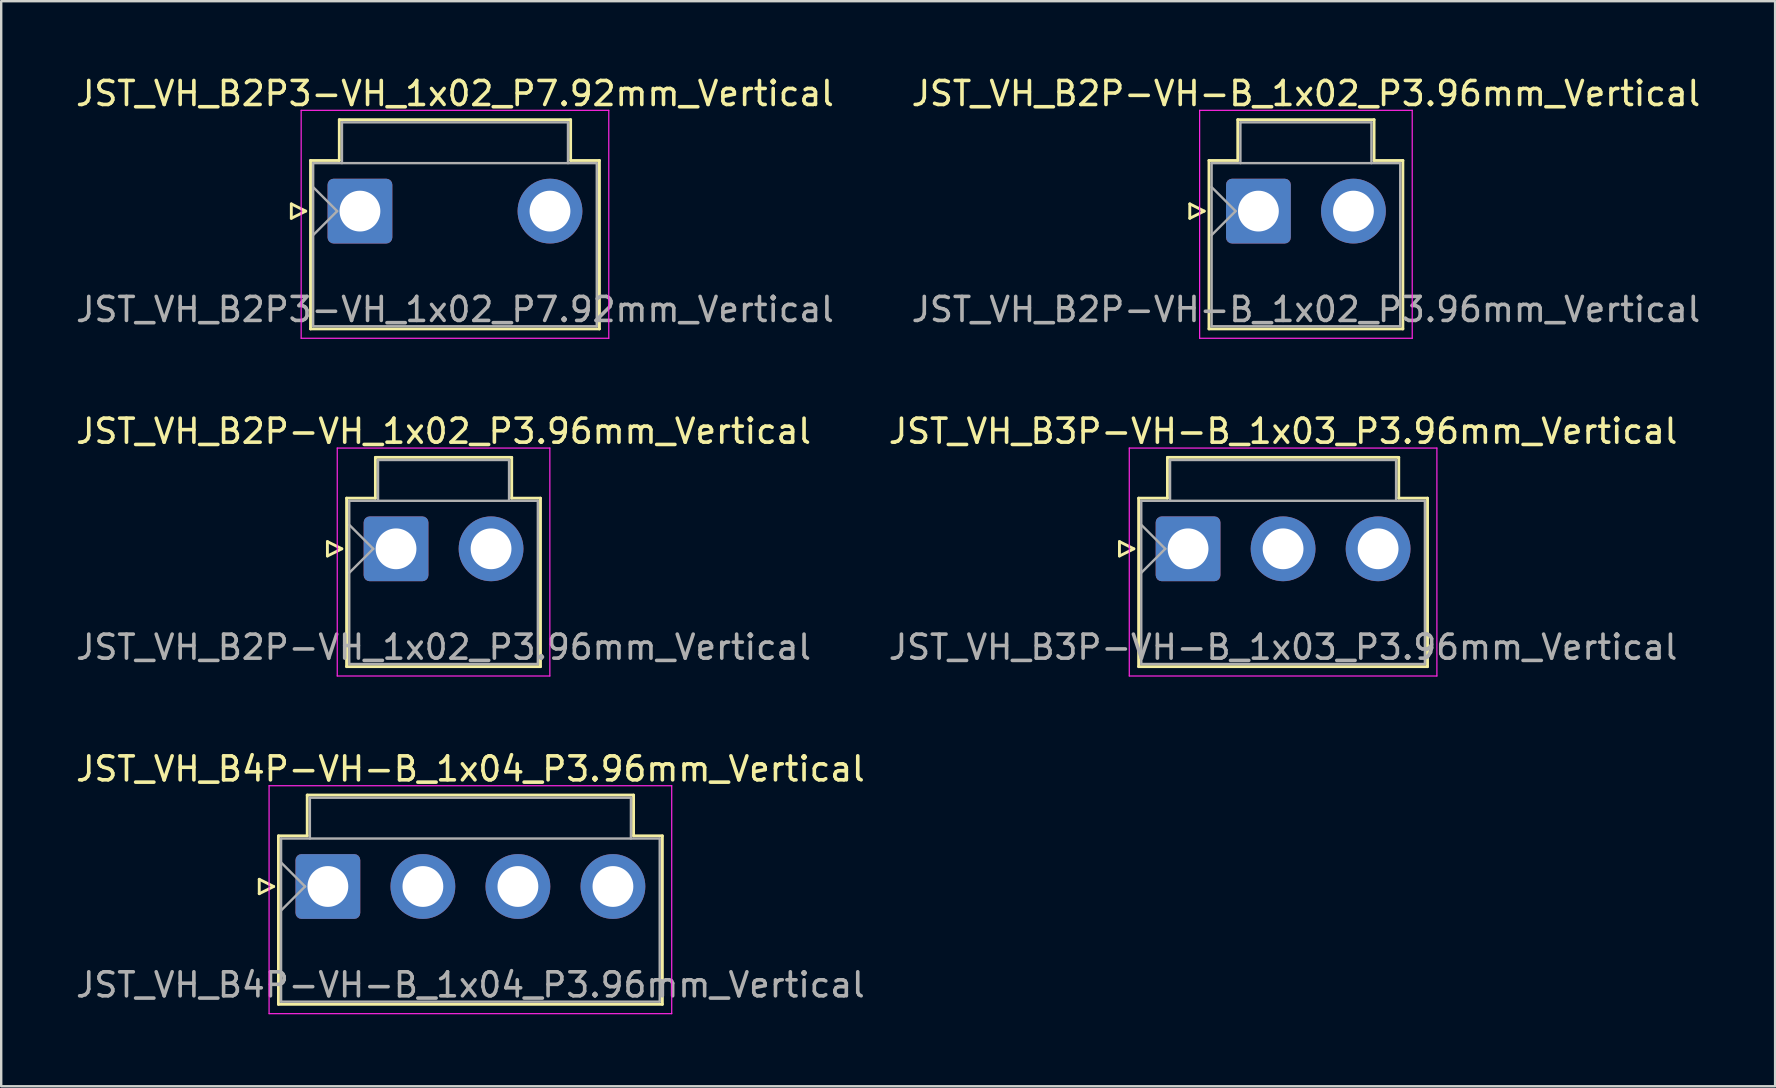
<source format=kicad_pcb>
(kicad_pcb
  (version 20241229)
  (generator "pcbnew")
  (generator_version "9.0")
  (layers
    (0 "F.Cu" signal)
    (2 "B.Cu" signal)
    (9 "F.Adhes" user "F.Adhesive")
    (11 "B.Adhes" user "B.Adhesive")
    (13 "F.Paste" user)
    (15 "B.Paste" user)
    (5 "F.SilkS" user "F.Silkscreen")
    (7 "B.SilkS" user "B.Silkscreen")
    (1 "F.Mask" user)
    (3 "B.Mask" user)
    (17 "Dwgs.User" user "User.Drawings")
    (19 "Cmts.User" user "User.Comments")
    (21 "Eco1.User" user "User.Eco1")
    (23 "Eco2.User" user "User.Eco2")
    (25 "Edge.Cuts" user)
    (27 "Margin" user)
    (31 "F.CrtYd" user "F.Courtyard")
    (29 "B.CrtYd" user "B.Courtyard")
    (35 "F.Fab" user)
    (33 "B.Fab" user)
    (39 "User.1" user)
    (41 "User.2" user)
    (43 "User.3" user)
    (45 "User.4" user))
  (footprint "JST_VH_B2P-VH-B_1x02_P3.96mm_Vertical"
    (layer "F.Cu")
    (at 49.395 5.748)
    (property "Reference" "JST_VH_B2P-VH-B_1x02_P3.96mm_Vertical" (at 1.98 -4.9 0) (layer "F.SilkS") (effects (font (size 1 1) (thickness 0.15))))
    (attr through_hole)
    (fp_line (start -2.86 -0.3) (end -2.26 0) (stroke (width 0.12) (type solid)) (layer "F.SilkS"))
    (fp_line (start -2.86 0.3) (end -2.86 -0.3) (stroke (width 0.12) (type solid)) (layer "F.SilkS"))
    (fp_line (start -2.26 0) (end -2.86 0.3) (stroke (width 0.12) (type solid)) (layer "F.SilkS"))
    (fp_line (start -2.06 -2.11) (end -0.86 -2.11) (stroke (width 0.12) (type solid)) (layer "F.SilkS"))
    (fp_line (start -2.06 4.91) (end -2.06 -2.11) (stroke (width 0.12) (type solid)) (layer "F.SilkS"))
    (fp_line (start -0.86 -3.81) (end 4.82 -3.81) (stroke (width 0.12) (type solid)) (layer "F.SilkS"))
    (fp_line (start -0.86 -2.11) (end -0.86 -3.81) (stroke (width 0.12) (type solid)) (layer "F.SilkS"))
    (fp_line (start 4.82 -3.81) (end 4.82 -2.11) (stroke (width 0.12) (type solid)) (layer "F.SilkS"))
    (fp_line (start 4.82 -2.11) (end 6.02 -2.11) (stroke (width 0.12) (type solid)) (layer "F.SilkS"))
    (fp_line (start 6.02 -2.11) (end 6.02 4.91) (stroke (width 0.12) (type solid)) (layer "F.SilkS"))
    (fp_line (start 6.02 4.91) (end -2.06 4.91) (stroke (width 0.12) (type solid)) (layer "F.SilkS"))
    (fp_line (start -2.45 -4.2) (end -2.45 5.3) (stroke (width 0.05) (type solid)) (layer "F.CrtYd"))
    (fp_line (start -2.45 5.3) (end 6.41 5.3) (stroke (width 0.05) (type solid)) (layer "F.CrtYd"))
    (fp_line (start 6.41 -4.2) (end -2.45 -4.2) (stroke (width 0.05) (type solid)) (layer "F.CrtYd"))
    (fp_line (start 6.41 5.3) (end 6.41 -4.2) (stroke (width 0.05) (type solid)) (layer "F.CrtYd"))
    (fp_line (start -1.95 -2) (end -1.95 4.8) (stroke (width 0.1) (type solid)) (layer "F.Fab"))
    (fp_line (start -1.95 -1) (end -0.95 0) (stroke (width 0.1) (type solid)) (layer "F.Fab"))
    (fp_line (start -1.95 1) (end -0.95 0) (stroke (width 0.1) (type solid)) (layer "F.Fab"))
    (fp_line (start -1.95 4.8) (end 5.91 4.8) (stroke (width 0.1) (type solid)) (layer "F.Fab"))
    (fp_line (start -0.75 -3.7) (end 4.71 -3.7) (stroke (width 0.1) (type solid)) (layer "F.Fab"))
    (fp_line (start -0.75 -2) (end -0.75 -3.7) (stroke (width 0.1) (type solid)) (layer "F.Fab"))
    (fp_line (start 4.71 -3.7) (end 4.71 -2) (stroke (width 0.1) (type solid)) (layer "F.Fab"))
    (fp_line (start 5.91 -2) (end -1.95 -2) (stroke (width 0.1) (type solid)) (layer "F.Fab"))
    (fp_line (start 5.91 4.8) (end 5.91 -2) (stroke (width 0.1) (type solid)) (layer "F.Fab"))
    (fp_text user "${REFERENCE}" (at 1.98 4.1 0) (layer "F.Fab") (effects (font (size 1 1) (thickness 0.15))))
    (pad "1" thru_hole roundrect (at 0 0) (size 2.7 2.7) (drill 1.7) (layers "*.Cu" "*.Mask") (roundrect_rratio 0.093))
    (pad "2" thru_hole circle (at 3.96 0) (size 2.7 2.7) (drill 1.7) (layers "*.Cu" "*.Mask")))
  (footprint "JST_VH_B3P-VH-B_1x03_P3.96mm_Vertical"
    (layer "F.Cu")
    (at 46.463 19.822)
    (property "Reference" "JST_VH_B3P-VH-B_1x03_P3.96mm_Vertical" (at 3.96 -4.9 0) (layer "F.SilkS") (effects (font (size 1 1) (thickness 0.15))))
    (attr through_hole)
    (fp_line (start -2.86 -0.3) (end -2.26 0) (stroke (width 0.12) (type solid)) (layer "F.SilkS"))
    (fp_line (start -2.86 0.3) (end -2.86 -0.3) (stroke (width 0.12) (type solid)) (layer "F.SilkS"))
    (fp_line (start -2.26 0) (end -2.86 0.3) (stroke (width 0.12) (type solid)) (layer "F.SilkS"))
    (fp_line (start -2.06 -2.11) (end -0.86 -2.11) (stroke (width 0.12) (type solid)) (layer "F.SilkS"))
    (fp_line (start -2.06 4.91) (end -2.06 -2.11) (stroke (width 0.12) (type solid)) (layer "F.SilkS"))
    (fp_line (start -0.86 -3.81) (end 8.78 -3.81) (stroke (width 0.12) (type solid)) (layer "F.SilkS"))
    (fp_line (start -0.86 -2.11) (end -0.86 -3.81) (stroke (width 0.12) (type solid)) (layer "F.SilkS"))
    (fp_line (start 8.78 -3.81) (end 8.78 -2.11) (stroke (width 0.12) (type solid)) (layer "F.SilkS"))
    (fp_line (start 8.78 -2.11) (end 9.98 -2.11) (stroke (width 0.12) (type solid)) (layer "F.SilkS"))
    (fp_line (start 9.98 -2.11) (end 9.98 4.91) (stroke (width 0.12) (type solid)) (layer "F.SilkS"))
    (fp_line (start 9.98 4.91) (end -2.06 4.91) (stroke (width 0.12) (type solid)) (layer "F.SilkS"))
    (fp_line (start -2.45 -4.2) (end -2.45 5.3) (stroke (width 0.05) (type solid)) (layer "F.CrtYd"))
    (fp_line (start -2.45 5.3) (end 10.37 5.3) (stroke (width 0.05) (type solid)) (layer "F.CrtYd"))
    (fp_line (start 10.37 -4.2) (end -2.45 -4.2) (stroke (width 0.05) (type solid)) (layer "F.CrtYd"))
    (fp_line (start 10.37 5.3) (end 10.37 -4.2) (stroke (width 0.05) (type solid)) (layer "F.CrtYd"))
    (fp_line (start -1.95 -2) (end -1.95 4.8) (stroke (width 0.1) (type solid)) (layer "F.Fab"))
    (fp_line (start -1.95 -1) (end -0.95 0) (stroke (width 0.1) (type solid)) (layer "F.Fab"))
    (fp_line (start -1.95 1) (end -0.95 0) (stroke (width 0.1) (type solid)) (layer "F.Fab"))
    (fp_line (start -1.95 4.8) (end 9.87 4.8) (stroke (width 0.1) (type solid)) (layer "F.Fab"))
    (fp_line (start -0.75 -3.7) (end 8.67 -3.7) (stroke (width 0.1) (type solid)) (layer "F.Fab"))
    (fp_line (start -0.75 -2) (end -0.75 -3.7) (stroke (width 0.1) (type solid)) (layer "F.Fab"))
    (fp_line (start 8.67 -3.7) (end 8.67 -2) (stroke (width 0.1) (type solid)) (layer "F.Fab"))
    (fp_line (start 9.87 -2) (end -1.95 -2) (stroke (width 0.1) (type solid)) (layer "F.Fab"))
    (fp_line (start 9.87 4.8) (end 9.87 -2) (stroke (width 0.1) (type solid)) (layer "F.Fab"))
    (fp_text user "${REFERENCE}" (at 3.96 4.1 0) (layer "F.Fab") (effects (font (size 1 1) (thickness 0.15))))
    (pad "1" thru_hole roundrect (at 0 0) (size 2.7 2.7) (drill 1.7) (layers "*.Cu" "*.Mask") (roundrect_rratio 0.093))
    (pad "2" thru_hole circle (at 3.96 0) (size 2.7 2.7) (drill 1.7) (layers "*.Cu" "*.Mask"))
    (pad "3" thru_hole circle (at 7.92 0) (size 2.7 2.7) (drill 1.7) (layers "*.Cu" "*.Mask")))
  (footprint "JST_VH_B2P3-VH_1x02_P7.92mm_Vertical"
    (layer "F.Cu")
    (at 11.951 5.748)
    (property "Reference" "JST_VH_B2P3-VH_1x02_P7.92mm_Vertical" (at 3.96 -4.9 0) (layer "F.SilkS") (effects (font (size 1 1) (thickness 0.15))))
    (attr through_hole)
    (fp_line (start -2.86 -0.3) (end -2.26 0) (stroke (width 0.12) (type solid)) (layer "F.SilkS"))
    (fp_line (start -2.86 0.3) (end -2.86 -0.3) (stroke (width 0.12) (type solid)) (layer "F.SilkS"))
    (fp_line (start -2.26 0) (end -2.86 0.3) (stroke (width 0.12) (type solid)) (layer "F.SilkS"))
    (fp_line (start -2.06 -2.11) (end -0.86 -2.11) (stroke (width 0.12) (type solid)) (layer "F.SilkS"))
    (fp_line (start -2.06 4.91) (end -2.06 -2.11) (stroke (width 0.12) (type solid)) (layer "F.SilkS"))
    (fp_line (start -0.86 -3.81) (end 8.78 -3.81) (stroke (width 0.12) (type solid)) (layer "F.SilkS"))
    (fp_line (start -0.86 -2.11) (end -0.86 -3.81) (stroke (width 0.12) (type solid)) (layer "F.SilkS"))
    (fp_line (start 8.78 -3.81) (end 8.78 -2.11) (stroke (width 0.12) (type solid)) (layer "F.SilkS"))
    (fp_line (start 8.78 -2.11) (end 9.98 -2.11) (stroke (width 0.12) (type solid)) (layer "F.SilkS"))
    (fp_line (start 9.98 -2.11) (end 9.98 4.91) (stroke (width 0.12) (type solid)) (layer "F.SilkS"))
    (fp_line (start 9.98 4.91) (end -2.06 4.91) (stroke (width 0.12) (type solid)) (layer "F.SilkS"))
    (fp_line (start -2.45 -4.2) (end -2.45 5.3) (stroke (width 0.05) (type solid)) (layer "F.CrtYd"))
    (fp_line (start -2.45 5.3) (end 10.37 5.3) (stroke (width 0.05) (type solid)) (layer "F.CrtYd"))
    (fp_line (start 10.37 -4.2) (end -2.45 -4.2) (stroke (width 0.05) (type solid)) (layer "F.CrtYd"))
    (fp_line (start 10.37 5.3) (end 10.37 -4.2) (stroke (width 0.05) (type solid)) (layer "F.CrtYd"))
    (fp_line (start -1.95 -2) (end -1.95 4.8) (stroke (width 0.1) (type solid)) (layer "F.Fab"))
    (fp_line (start -1.95 -1) (end -0.95 0) (stroke (width 0.1) (type solid)) (layer "F.Fab"))
    (fp_line (start -1.95 1) (end -0.95 0) (stroke (width 0.1) (type solid)) (layer "F.Fab"))
    (fp_line (start -1.95 4.8) (end 9.87 4.8) (stroke (width 0.1) (type solid)) (layer "F.Fab"))
    (fp_line (start -0.75 -3.7) (end 8.67 -3.7) (stroke (width 0.1) (type solid)) (layer "F.Fab"))
    (fp_line (start -0.75 -2) (end -0.75 -3.7) (stroke (width 0.1) (type solid)) (layer "F.Fab"))
    (fp_line (start 8.67 -3.7) (end 8.67 -2) (stroke (width 0.1) (type solid)) (layer "F.Fab"))
    (fp_line (start 9.87 -2) (end -1.95 -2) (stroke (width 0.1) (type solid)) (layer "F.Fab"))
    (fp_line (start 9.87 4.8) (end 9.87 -2) (stroke (width 0.1) (type solid)) (layer "F.Fab"))
    (fp_text user "${REFERENCE}" (at 3.96 4.1 0) (layer "F.Fab") (effects (font (size 1 1) (thickness 0.15))))
    (pad "1" thru_hole roundrect (at 0 0) (size 2.7 2.7) (drill 1.7) (layers "*.Cu" "*.Mask") (roundrect_rratio 0.093))
    (pad "2" thru_hole circle (at 7.92 0) (size 2.7 2.7) (drill 1.7) (layers "*.Cu" "*.Mask")))
  (footprint "JST_VH_B2P-VH_1x02_P3.96mm_Vertical"
    (layer "F.Cu")
    (at 13.455 19.822)
    (property "Reference" "JST_VH_B2P-VH_1x02_P3.96mm_Vertical" (at 1.98 -4.9 0) (layer "F.SilkS") (effects (font (size 1 1) (thickness 0.15))))
    (attr through_hole)
    (fp_line (start -2.86 -0.3) (end -2.26 0) (stroke (width 0.12) (type solid)) (layer "F.SilkS"))
    (fp_line (start -2.86 0.3) (end -2.86 -0.3) (stroke (width 0.12) (type solid)) (layer "F.SilkS"))
    (fp_line (start -2.26 0) (end -2.86 0.3) (stroke (width 0.12) (type solid)) (layer "F.SilkS"))
    (fp_line (start -2.06 -2.11) (end -0.86 -2.11) (stroke (width 0.12) (type solid)) (layer "F.SilkS"))
    (fp_line (start -2.06 4.91) (end -2.06 -2.11) (stroke (width 0.12) (type solid)) (layer "F.SilkS"))
    (fp_line (start -0.86 -3.81) (end 4.82 -3.81) (stroke (width 0.12) (type solid)) (layer "F.SilkS"))
    (fp_line (start -0.86 -2.11) (end -0.86 -3.81) (stroke (width 0.12) (type solid)) (layer "F.SilkS"))
    (fp_line (start 4.82 -3.81) (end 4.82 -2.11) (stroke (width 0.12) (type solid)) (layer "F.SilkS"))
    (fp_line (start 4.82 -2.11) (end 6.02 -2.11) (stroke (width 0.12) (type solid)) (layer "F.SilkS"))
    (fp_line (start 6.02 -2.11) (end 6.02 4.91) (stroke (width 0.12) (type solid)) (layer "F.SilkS"))
    (fp_line (start 6.02 4.91) (end -2.06 4.91) (stroke (width 0.12) (type solid)) (layer "F.SilkS"))
    (fp_line (start -2.45 -4.2) (end -2.45 5.3) (stroke (width 0.05) (type solid)) (layer "F.CrtYd"))
    (fp_line (start -2.45 5.3) (end 6.41 5.3) (stroke (width 0.05) (type solid)) (layer "F.CrtYd"))
    (fp_line (start 6.41 -4.2) (end -2.45 -4.2) (stroke (width 0.05) (type solid)) (layer "F.CrtYd"))
    (fp_line (start 6.41 5.3) (end 6.41 -4.2) (stroke (width 0.05) (type solid)) (layer "F.CrtYd"))
    (fp_line (start -1.95 -2) (end -1.95 4.8) (stroke (width 0.1) (type solid)) (layer "F.Fab"))
    (fp_line (start -1.95 -1) (end -0.95 0) (stroke (width 0.1) (type solid)) (layer "F.Fab"))
    (fp_line (start -1.95 1) (end -0.95 0) (stroke (width 0.1) (type solid)) (layer "F.Fab"))
    (fp_line (start -1.95 4.8) (end 5.91 4.8) (stroke (width 0.1) (type solid)) (layer "F.Fab"))
    (fp_line (start -0.75 -3.7) (end 4.71 -3.7) (stroke (width 0.1) (type solid)) (layer "F.Fab"))
    (fp_line (start -0.75 -2) (end -0.75 -3.7) (stroke (width 0.1) (type solid)) (layer "F.Fab"))
    (fp_line (start 4.71 -3.7) (end 4.71 -2) (stroke (width 0.1) (type solid)) (layer "F.Fab"))
    (fp_line (start 5.91 -2) (end -1.95 -2) (stroke (width 0.1) (type solid)) (layer "F.Fab"))
    (fp_line (start 5.91 4.8) (end 5.91 -2) (stroke (width 0.1) (type solid)) (layer "F.Fab"))
    (fp_text user "${REFERENCE}" (at 1.98 4.1 0) (layer "F.Fab") (effects (font (size 1 1) (thickness 0.15))))
    (pad "1" thru_hole roundrect (at 0 0) (size 2.7 2.7) (drill 1.7) (layers "*.Cu" "*.Mask") (roundrect_rratio 0.093))
    (pad "2" thru_hole circle (at 3.96 0) (size 2.7 2.7) (drill 1.7) (layers "*.Cu" "*.Mask")))
  (footprint "JST_VH_B4P-VH-B_1x04_P3.96mm_Vertical"
    (layer "F.Cu")
    (at 10.614 33.895)
    (property "Reference" "JST_VH_B4P-VH-B_1x04_P3.96mm_Vertical" (at 5.94 -4.9 0) (layer "F.SilkS") (effects (font (size 1 1) (thickness 0.15))))
    (attr through_hole)
    (fp_line (start -2.86 -0.3) (end -2.26 0) (stroke (width 0.12) (type solid)) (layer "F.SilkS"))
    (fp_line (start -2.86 0.3) (end -2.86 -0.3) (stroke (width 0.12) (type solid)) (layer "F.SilkS"))
    (fp_line (start -2.26 0) (end -2.86 0.3) (stroke (width 0.12) (type solid)) (layer "F.SilkS"))
    (fp_line (start -2.06 -2.11) (end -0.86 -2.11) (stroke (width 0.12) (type solid)) (layer "F.SilkS"))
    (fp_line (start -2.06 4.91) (end -2.06 -2.11) (stroke (width 0.12) (type solid)) (layer "F.SilkS"))
    (fp_line (start -0.86 -3.81) (end 12.74 -3.81) (stroke (width 0.12) (type solid)) (layer "F.SilkS"))
    (fp_line (start -0.86 -2.11) (end -0.86 -3.81) (stroke (width 0.12) (type solid)) (layer "F.SilkS"))
    (fp_line (start 12.74 -3.81) (end 12.74 -2.11) (stroke (width 0.12) (type solid)) (layer "F.SilkS"))
    (fp_line (start 12.74 -2.11) (end 13.94 -2.11) (stroke (width 0.12) (type solid)) (layer "F.SilkS"))
    (fp_line (start 13.94 -2.11) (end 13.94 4.91) (stroke (width 0.12) (type solid)) (layer "F.SilkS"))
    (fp_line (start 13.94 4.91) (end -2.06 4.91) (stroke (width 0.12) (type solid)) (layer "F.SilkS"))
    (fp_line (start -2.45 -4.2) (end -2.45 5.3) (stroke (width 0.05) (type solid)) (layer "F.CrtYd"))
    (fp_line (start -2.45 5.3) (end 14.33 5.3) (stroke (width 0.05) (type solid)) (layer "F.CrtYd"))
    (fp_line (start 14.33 -4.2) (end -2.45 -4.2) (stroke (width 0.05) (type solid)) (layer "F.CrtYd"))
    (fp_line (start 14.33 5.3) (end 14.33 -4.2) (stroke (width 0.05) (type solid)) (layer "F.CrtYd"))
    (fp_line (start -1.95 -2) (end -1.95 4.8) (stroke (width 0.1) (type solid)) (layer "F.Fab"))
    (fp_line (start -1.95 -1) (end -0.95 0) (stroke (width 0.1) (type solid)) (layer "F.Fab"))
    (fp_line (start -1.95 1) (end -0.95 0) (stroke (width 0.1) (type solid)) (layer "F.Fab"))
    (fp_line (start -1.95 4.8) (end 13.83 4.8) (stroke (width 0.1) (type solid)) (layer "F.Fab"))
    (fp_line (start -0.75 -3.7) (end 12.63 -3.7) (stroke (width 0.1) (type solid)) (layer "F.Fab"))
    (fp_line (start -0.75 -2) (end -0.75 -3.7) (stroke (width 0.1) (type solid)) (layer "F.Fab"))
    (fp_line (start 12.63 -3.7) (end 12.63 -2) (stroke (width 0.1) (type solid)) (layer "F.Fab"))
    (fp_line (start 13.83 -2) (end -1.95 -2) (stroke (width 0.1) (type solid)) (layer "F.Fab"))
    (fp_line (start 13.83 4.8) (end 13.83 -2) (stroke (width 0.1) (type solid)) (layer "F.Fab"))
    (fp_text user "${REFERENCE}" (at 5.94 4.1 0) (layer "F.Fab") (effects (font (size 1 1) (thickness 0.15))))
    (pad "1" thru_hole roundrect (at 0 0) (size 2.7 2.7) (drill 1.7) (layers "*.Cu" "*.Mask") (roundrect_rratio 0.093))
    (pad "2" thru_hole circle (at 3.96 0) (size 2.7 2.7) (drill 1.7) (layers "*.Cu" "*.Mask"))
    (pad "3" thru_hole circle (at 7.92 0) (size 2.7 2.7) (drill 1.7) (layers "*.Cu" "*.Mask"))
    (pad "4" thru_hole circle (at 11.88 0) (size 2.7 2.7) (drill 1.7) (layers "*.Cu" "*.Mask")))
  (gr_rect
    (start -3 -3)
    (end 70.929 42.22)
    (stroke (width 0.1) (type default))
    (fill no)
    (layer "Edge.Cuts")))
</source>
